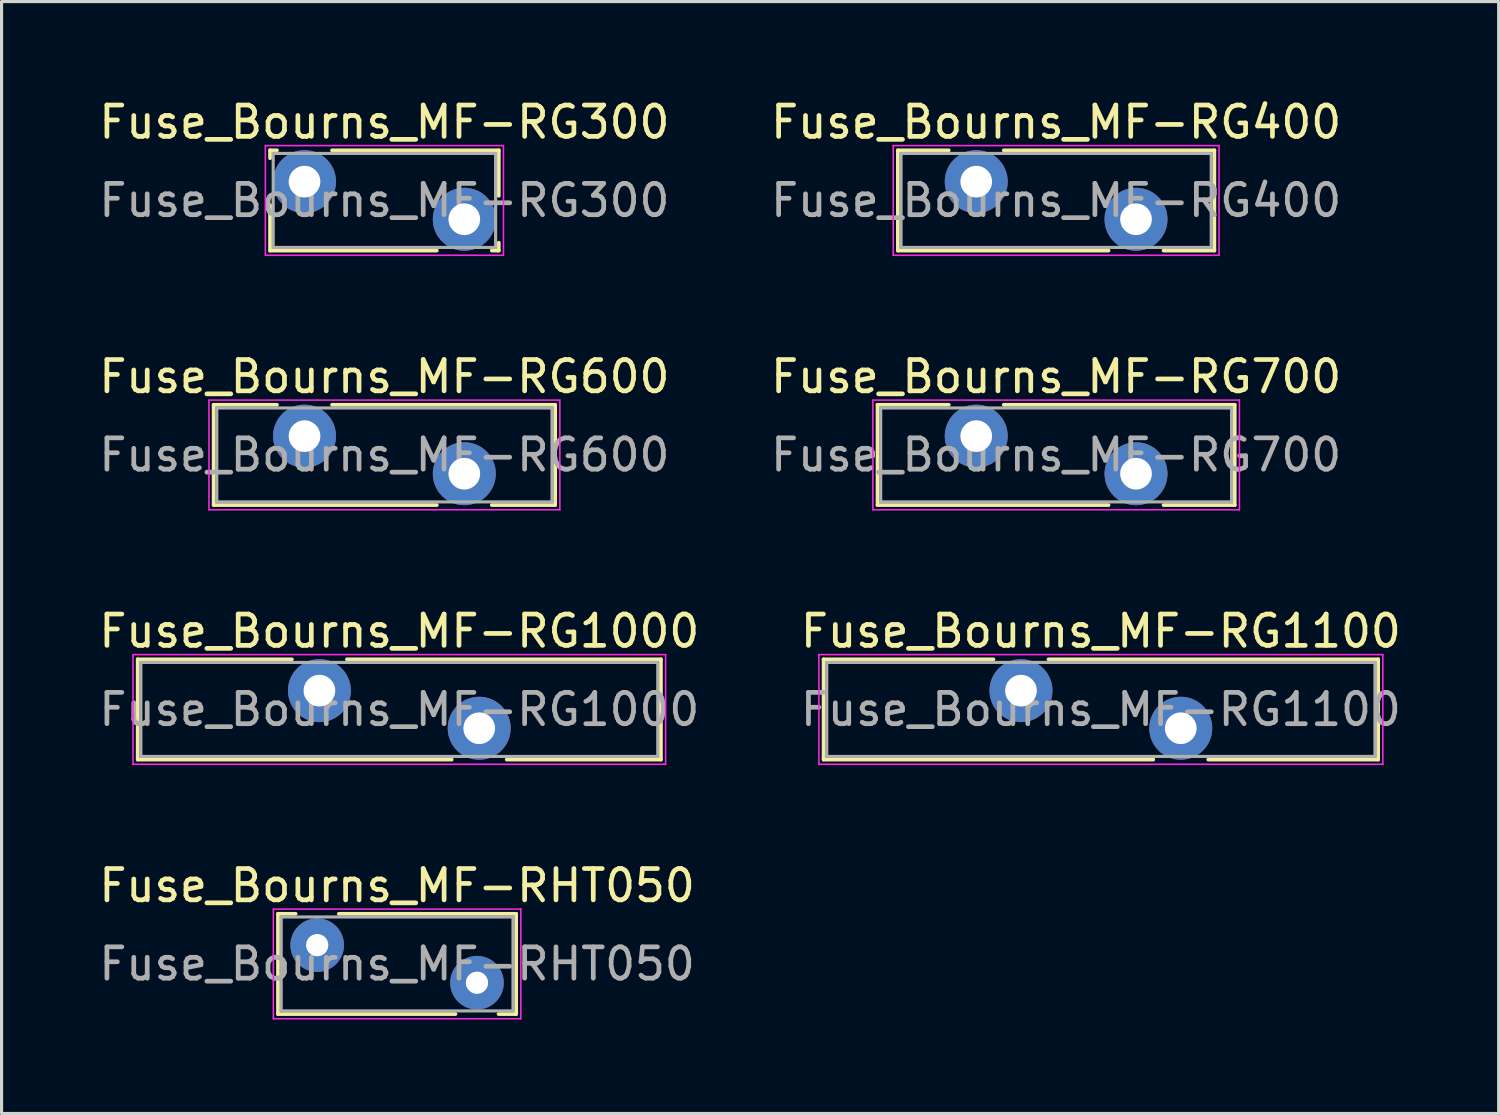
<source format=kicad_pcb>
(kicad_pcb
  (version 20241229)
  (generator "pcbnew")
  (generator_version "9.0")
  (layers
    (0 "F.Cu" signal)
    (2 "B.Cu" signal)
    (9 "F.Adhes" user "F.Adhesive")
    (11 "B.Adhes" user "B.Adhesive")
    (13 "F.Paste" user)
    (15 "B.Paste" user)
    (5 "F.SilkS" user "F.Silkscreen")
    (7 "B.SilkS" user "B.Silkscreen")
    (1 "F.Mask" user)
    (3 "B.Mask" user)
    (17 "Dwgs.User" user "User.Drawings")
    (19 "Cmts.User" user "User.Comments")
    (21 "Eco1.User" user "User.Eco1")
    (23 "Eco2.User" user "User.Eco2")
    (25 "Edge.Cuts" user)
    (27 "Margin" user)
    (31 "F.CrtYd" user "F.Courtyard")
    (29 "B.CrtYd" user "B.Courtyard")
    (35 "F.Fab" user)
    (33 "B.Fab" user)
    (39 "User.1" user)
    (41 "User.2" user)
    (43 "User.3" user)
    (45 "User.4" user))
  (footprint "Fuse_Bourns_MF-RG400"
    (layer "F.Cu")
    (at 28.111 2.748)
    (property "Reference" "Fuse_Bourns_MF-RG400" (at 2.55 -1.9 0) (layer "F.SilkS") (effects (font (size 1 1) (thickness 0.15))))
    (attr through_hole)
    (fp_line (start -2.501 -1) (end -2.501 2.2) (stroke (width 0.12) (type solid)) (layer "F.SilkS"))
    (fp_line (start -2.501 -1) (end -0.879 -1) (stroke (width 0.12) (type solid)) (layer "F.SilkS"))
    (fp_line (start -2.501 2.2) (end 4.222 2.2) (stroke (width 0.12) (type solid)) (layer "F.SilkS"))
    (fp_line (start 0.879 -1) (end 7.6 -1) (stroke (width 0.12) (type solid)) (layer "F.SilkS"))
    (fp_line (start 5.979 2.2) (end 7.6 2.2) (stroke (width 0.12) (type solid)) (layer "F.SilkS"))
    (fp_line (start 7.6 -1) (end 7.6 2.2) (stroke (width 0.12) (type solid)) (layer "F.SilkS"))
    (fp_line (start -2.65 -1.15) (end -2.65 2.35) (stroke (width 0.05) (type solid)) (layer "F.CrtYd"))
    (fp_line (start -2.65 2.35) (end 7.75 2.35) (stroke (width 0.05) (type solid)) (layer "F.CrtYd"))
    (fp_line (start 7.75 -1.15) (end -2.65 -1.15) (stroke (width 0.05) (type solid)) (layer "F.CrtYd"))
    (fp_line (start 7.75 2.35) (end 7.75 -1.15) (stroke (width 0.05) (type solid)) (layer "F.CrtYd"))
    (fp_line (start -2.4 -0.9) (end -2.4 2.1) (stroke (width 0.1) (type solid)) (layer "F.Fab"))
    (fp_line (start -2.4 2.1) (end 7.5 2.1) (stroke (width 0.1) (type solid)) (layer "F.Fab"))
    (fp_line (start 7.5 -0.9) (end -2.4 -0.9) (stroke (width 0.1) (type solid)) (layer "F.Fab"))
    (fp_line (start 7.5 2.1) (end 7.5 -0.9) (stroke (width 0.1) (type solid)) (layer "F.Fab"))
    (fp_text user "${REFERENCE}" (at 2.55 0.6 0) (layer "F.Fab") (effects (font (size 1 1) (thickness 0.15))))
    (pad "1" thru_hole circle (at 0 0) (size 2.01 2.01) (drill 1.01) (layers "*.Cu" "*.Mask"))
    (pad "2" thru_hole circle (at 5.1 1.2) (size 2.01 2.01) (drill 1.01) (layers "*.Cu" "*.Mask")))
  (footprint "Fuse_Bourns_MF-RG700"
    (layer "F.Cu")
    (at 28.111 10.871)
    (property "Reference" "Fuse_Bourns_MF-RG700" (at 2.55 -1.9 0) (layer "F.SilkS") (effects (font (size 1 1) (thickness 0.15))))
    (attr through_hole)
    (fp_line (start -3.15 -1) (end -3.15 2.2) (stroke (width 0.12) (type solid)) (layer "F.SilkS"))
    (fp_line (start -3.15 -1) (end -0.879 -1) (stroke (width 0.12) (type solid)) (layer "F.SilkS"))
    (fp_line (start -3.15 2.2) (end 4.222 2.2) (stroke (width 0.12) (type solid)) (layer "F.SilkS"))
    (fp_line (start 0.879 -1) (end 8.25 -1) (stroke (width 0.12) (type solid)) (layer "F.SilkS"))
    (fp_line (start 5.979 2.2) (end 8.25 2.2) (stroke (width 0.12) (type solid)) (layer "F.SilkS"))
    (fp_line (start 8.25 -1) (end 8.25 2.2) (stroke (width 0.12) (type solid)) (layer "F.SilkS"))
    (fp_line (start -3.3 -1.15) (end -3.3 2.35) (stroke (width 0.05) (type solid)) (layer "F.CrtYd"))
    (fp_line (start -3.3 2.35) (end 8.4 2.35) (stroke (width 0.05) (type solid)) (layer "F.CrtYd"))
    (fp_line (start 8.4 -1.15) (end -3.3 -1.15) (stroke (width 0.05) (type solid)) (layer "F.CrtYd"))
    (fp_line (start 8.4 2.35) (end 8.4 -1.15) (stroke (width 0.05) (type solid)) (layer "F.CrtYd"))
    (fp_line (start -3.05 -0.9) (end -3.05 2.1) (stroke (width 0.1) (type solid)) (layer "F.Fab"))
    (fp_line (start -3.05 2.1) (end 8.15 2.1) (stroke (width 0.1) (type solid)) (layer "F.Fab"))
    (fp_line (start 8.15 -0.9) (end -3.05 -0.9) (stroke (width 0.1) (type solid)) (layer "F.Fab"))
    (fp_line (start 8.15 2.1) (end 8.15 -0.9) (stroke (width 0.1) (type solid)) (layer "F.Fab"))
    (fp_text user "${REFERENCE}" (at 2.55 0.6 0) (layer "F.Fab") (effects (font (size 1 1) (thickness 0.15))))
    (pad "1" thru_hole circle (at 0 0) (size 2.01 2.01) (drill 1.01) (layers "*.Cu" "*.Mask"))
    (pad "2" thru_hole circle (at 5.1 1.2) (size 2.01 2.01) (drill 1.01) (layers "*.Cu" "*.Mask")))
  (footprint "Fuse_Bourns_MF-RHT050"
    (layer "F.Cu")
    (at 7.075 27.118)
    (property "Reference" "Fuse_Bourns_MF-RHT050" (at 2.55 -1.9 0) (layer "F.SilkS") (effects (font (size 1 1) (thickness 0.15))))
    (attr through_hole)
    (fp_line (start -1.251 -1) (end -1.251 2.2) (stroke (width 0.12) (type solid)) (layer "F.SilkS"))
    (fp_line (start -1.251 -1) (end -0.689 -1) (stroke (width 0.12) (type solid)) (layer "F.SilkS"))
    (fp_line (start -1.251 2.2) (end 4.412 2.2) (stroke (width 0.12) (type solid)) (layer "F.SilkS"))
    (fp_line (start 0.689 -1) (end 6.35 -1) (stroke (width 0.12) (type solid)) (layer "F.SilkS"))
    (fp_line (start 5.789 2.2) (end 6.35 2.2) (stroke (width 0.12) (type solid)) (layer "F.SilkS"))
    (fp_line (start 6.35 -1) (end 6.35 2.2) (stroke (width 0.12) (type solid)) (layer "F.SilkS"))
    (fp_line (start -1.4 -1.15) (end -1.4 2.35) (stroke (width 0.05) (type solid)) (layer "F.CrtYd"))
    (fp_line (start -1.4 2.35) (end 6.5 2.35) (stroke (width 0.05) (type solid)) (layer "F.CrtYd"))
    (fp_line (start 6.5 -1.15) (end -1.4 -1.15) (stroke (width 0.05) (type solid)) (layer "F.CrtYd"))
    (fp_line (start 6.5 2.35) (end 6.5 -1.15) (stroke (width 0.05) (type solid)) (layer "F.CrtYd"))
    (fp_line (start -1.15 -0.9) (end -1.15 2.1) (stroke (width 0.1) (type solid)) (layer "F.Fab"))
    (fp_line (start -1.15 2.1) (end 6.25 2.1) (stroke (width 0.1) (type solid)) (layer "F.Fab"))
    (fp_line (start 6.25 -0.9) (end -1.15 -0.9) (stroke (width 0.1) (type solid)) (layer "F.Fab"))
    (fp_line (start 6.25 2.1) (end 6.25 -0.9) (stroke (width 0.1) (type solid)) (layer "F.Fab"))
    (fp_text user "${REFERENCE}" (at 2.55 0.6 0) (layer "F.Fab") (effects (font (size 1 1) (thickness 0.15))))
    (pad "1" thru_hole circle (at 0 0) (size 1.71 1.71) (drill 0.71) (layers "*.Cu" "*.Mask"))
    (pad "2" thru_hole circle (at 5.1 1.2) (size 1.71 1.71) (drill 0.71) (layers "*.Cu" "*.Mask")))
  (footprint "Fuse_Bourns_MF-RG1100"
    (layer "F.Cu")
    (at 29.539 18.995)
    (property "Reference" "Fuse_Bourns_MF-RG1100" (at 2.55 -1.9 0) (layer "F.SilkS") (effects (font (size 1 1) (thickness 0.15))))
    (attr through_hole)
    (fp_line (start -6.3 -1) (end -6.3 2.2) (stroke (width 0.12) (type solid)) (layer "F.SilkS"))
    (fp_line (start -6.3 -1) (end -0.879 -1) (stroke (width 0.12) (type solid)) (layer "F.SilkS"))
    (fp_line (start -6.3 2.2) (end 4.222 2.2) (stroke (width 0.12) (type solid)) (layer "F.SilkS"))
    (fp_line (start 0.879 -1) (end 11.4 -1) (stroke (width 0.12) (type solid)) (layer "F.SilkS"))
    (fp_line (start 5.979 2.2) (end 11.4 2.2) (stroke (width 0.12) (type solid)) (layer "F.SilkS"))
    (fp_line (start 11.4 -1) (end 11.4 2.2) (stroke (width 0.12) (type solid)) (layer "F.SilkS"))
    (fp_line (start -6.45 -1.15) (end -6.45 2.35) (stroke (width 0.05) (type solid)) (layer "F.CrtYd"))
    (fp_line (start -6.45 2.35) (end 11.55 2.35) (stroke (width 0.05) (type solid)) (layer "F.CrtYd"))
    (fp_line (start 11.55 -1.15) (end -6.45 -1.15) (stroke (width 0.05) (type solid)) (layer "F.CrtYd"))
    (fp_line (start 11.55 2.35) (end 11.55 -1.15) (stroke (width 0.05) (type solid)) (layer "F.CrtYd"))
    (fp_line (start -6.2 -0.9) (end -6.2 2.1) (stroke (width 0.1) (type solid)) (layer "F.Fab"))
    (fp_line (start -6.2 2.1) (end 11.3 2.1) (stroke (width 0.1) (type solid)) (layer "F.Fab"))
    (fp_line (start 11.3 -0.9) (end -6.2 -0.9) (stroke (width 0.1) (type solid)) (layer "F.Fab"))
    (fp_line (start 11.3 2.1) (end 11.3 -0.9) (stroke (width 0.1) (type solid)) (layer "F.Fab"))
    (fp_text user "${REFERENCE}" (at 2.55 0.6 0) (layer "F.Fab") (effects (font (size 1 1) (thickness 0.15))))
    (pad "1" thru_hole circle (at 0 0) (size 2.01 2.01) (drill 1.01) (layers "*.Cu" "*.Mask"))
    (pad "2" thru_hole circle (at 5.1 1.2) (size 2.01 2.01) (drill 1.01) (layers "*.Cu" "*.Mask")))
  (footprint "Fuse_Bourns_MF-RG300"
    (layer "F.Cu")
    (at 6.67 2.748)
    (property "Reference" "Fuse_Bourns_MF-RG300" (at 2.55 -1.9 0) (layer "F.SilkS") (effects (font (size 1 1) (thickness 0.15))))
    (attr through_hole)
    (fp_line (start -1.1 -1) (end -1.1 -0.75) (stroke (width 0.12) (type solid)) (layer "F.SilkS"))
    (fp_line (start -1.1 -1) (end -0.879 -1) (stroke (width 0.12) (type solid)) (layer "F.SilkS"))
    (fp_line (start -1.1 0.75) (end -1.1 2.2) (stroke (width 0.12) (type solid)) (layer "F.SilkS"))
    (fp_line (start -1.1 2.2) (end 4.222 2.2) (stroke (width 0.12) (type solid)) (layer "F.SilkS"))
    (fp_line (start 0.879 -1) (end 6.2 -1) (stroke (width 0.12) (type solid)) (layer "F.SilkS"))
    (fp_line (start 5.979 2.2) (end 6.2 2.2) (stroke (width 0.12) (type solid)) (layer "F.SilkS"))
    (fp_line (start 6.2 -1) (end 6.2 0.451) (stroke (width 0.12) (type solid)) (layer "F.SilkS"))
    (fp_line (start 6.2 1.95) (end 6.2 2.2) (stroke (width 0.12) (type solid)) (layer "F.SilkS"))
    (fp_line (start -1.25 -1.15) (end -1.25 2.35) (stroke (width 0.05) (type solid)) (layer "F.CrtYd"))
    (fp_line (start -1.25 2.35) (end 6.35 2.35) (stroke (width 0.05) (type solid)) (layer "F.CrtYd"))
    (fp_line (start 6.35 -1.15) (end -1.25 -1.15) (stroke (width 0.05) (type solid)) (layer "F.CrtYd"))
    (fp_line (start 6.35 2.35) (end 6.35 -1.15) (stroke (width 0.05) (type solid)) (layer "F.CrtYd"))
    (fp_line (start -1 -0.9) (end -1 2.1) (stroke (width 0.1) (type solid)) (layer "F.Fab"))
    (fp_line (start -1 2.1) (end 6.1 2.1) (stroke (width 0.1) (type solid)) (layer "F.Fab"))
    (fp_line (start 6.1 -0.9) (end -1 -0.9) (stroke (width 0.1) (type solid)) (layer "F.Fab"))
    (fp_line (start 6.1 2.1) (end 6.1 -0.9) (stroke (width 0.1) (type solid)) (layer "F.Fab"))
    (fp_text user "${REFERENCE}" (at 2.55 0.6 0) (layer "F.Fab") (effects (font (size 1 1) (thickness 0.15))))
    (pad "1" thru_hole circle (at 0 0) (size 2.01 2.01) (drill 1.01) (layers "*.Cu" "*.Mask"))
    (pad "2" thru_hole circle (at 5.1 1.2) (size 2.01 2.01) (drill 1.01) (layers "*.Cu" "*.Mask")))
  (footprint "Fuse_Bourns_MF-RG600"
    (layer "F.Cu")
    (at 6.67 10.871)
    (property "Reference" "Fuse_Bourns_MF-RG600" (at 2.55 -1.9 0) (layer "F.SilkS") (effects (font (size 1 1) (thickness 0.15))))
    (attr through_hole)
    (fp_line (start -2.9 -1) (end -2.9 2.2) (stroke (width 0.12) (type solid)) (layer "F.SilkS"))
    (fp_line (start -2.9 -1) (end -0.879 -1) (stroke (width 0.12) (type solid)) (layer "F.SilkS"))
    (fp_line (start -2.9 2.2) (end 4.222 2.2) (stroke (width 0.12) (type solid)) (layer "F.SilkS"))
    (fp_line (start 0.879 -1) (end 8 -1) (stroke (width 0.12) (type solid)) (layer "F.SilkS"))
    (fp_line (start 5.979 2.2) (end 8 2.2) (stroke (width 0.12) (type solid)) (layer "F.SilkS"))
    (fp_line (start 8 -1) (end 8 2.2) (stroke (width 0.12) (type solid)) (layer "F.SilkS"))
    (fp_line (start -3.05 -1.15) (end -3.05 2.35) (stroke (width 0.05) (type solid)) (layer "F.CrtYd"))
    (fp_line (start -3.05 2.35) (end 8.15 2.35) (stroke (width 0.05) (type solid)) (layer "F.CrtYd"))
    (fp_line (start 8.15 -1.15) (end -3.05 -1.15) (stroke (width 0.05) (type solid)) (layer "F.CrtYd"))
    (fp_line (start 8.15 2.35) (end 8.15 -1.15) (stroke (width 0.05) (type solid)) (layer "F.CrtYd"))
    (fp_line (start -2.8 -0.9) (end -2.8 2.1) (stroke (width 0.1) (type solid)) (layer "F.Fab"))
    (fp_line (start -2.8 2.1) (end 7.9 2.1) (stroke (width 0.1) (type solid)) (layer "F.Fab"))
    (fp_line (start 7.9 -0.9) (end -2.8 -0.9) (stroke (width 0.1) (type solid)) (layer "F.Fab"))
    (fp_line (start 7.9 2.1) (end 7.9 -0.9) (stroke (width 0.1) (type solid)) (layer "F.Fab"))
    (fp_text user "${REFERENCE}" (at 2.55 0.6 0) (layer "F.Fab") (effects (font (size 1 1) (thickness 0.15))))
    (pad "1" thru_hole circle (at 0 0) (size 2.01 2.01) (drill 1.01) (layers "*.Cu" "*.Mask"))
    (pad "2" thru_hole circle (at 5.1 1.2) (size 2.01 2.01) (drill 1.01) (layers "*.Cu" "*.Mask")))
  (footprint "Fuse_Bourns_MF-RG1000"
    (layer "F.Cu")
    (at 7.146 18.995)
    (property "Reference" "Fuse_Bourns_MF-RG1000" (at 2.55 -1.9 0) (layer "F.SilkS") (effects (font (size 1 1) (thickness 0.15))))
    (attr through_hole)
    (fp_line (start -5.8 -1) (end -5.8 2.2) (stroke (width 0.12) (type solid)) (layer "F.SilkS"))
    (fp_line (start -5.8 -1) (end -0.879 -1) (stroke (width 0.12) (type solid)) (layer "F.SilkS"))
    (fp_line (start -5.8 2.2) (end 4.222 2.2) (stroke (width 0.12) (type solid)) (layer "F.SilkS"))
    (fp_line (start 0.879 -1) (end 10.9 -1) (stroke (width 0.12) (type solid)) (layer "F.SilkS"))
    (fp_line (start 5.979 2.2) (end 10.9 2.2) (stroke (width 0.12) (type solid)) (layer "F.SilkS"))
    (fp_line (start 10.9 -1) (end 10.9 2.2) (stroke (width 0.12) (type solid)) (layer "F.SilkS"))
    (fp_line (start -5.95 -1.15) (end -5.95 2.35) (stroke (width 0.05) (type solid)) (layer "F.CrtYd"))
    (fp_line (start -5.95 2.35) (end 11.05 2.35) (stroke (width 0.05) (type solid)) (layer "F.CrtYd"))
    (fp_line (start 11.05 -1.15) (end -5.95 -1.15) (stroke (width 0.05) (type solid)) (layer "F.CrtYd"))
    (fp_line (start 11.05 2.35) (end 11.05 -1.15) (stroke (width 0.05) (type solid)) (layer "F.CrtYd"))
    (fp_line (start -5.7 -0.9) (end -5.7 2.1) (stroke (width 0.1) (type solid)) (layer "F.Fab"))
    (fp_line (start -5.7 2.1) (end 10.8 2.1) (stroke (width 0.1) (type solid)) (layer "F.Fab"))
    (fp_line (start 10.8 -0.9) (end -5.7 -0.9) (stroke (width 0.1) (type solid)) (layer "F.Fab"))
    (fp_line (start 10.8 2.1) (end 10.8 -0.9) (stroke (width 0.1) (type solid)) (layer "F.Fab"))
    (fp_text user "${REFERENCE}" (at 2.55 0.6 0) (layer "F.Fab") (effects (font (size 1 1) (thickness 0.15))))
    (pad "1" thru_hole circle (at 0 0) (size 2.01 2.01) (drill 1.01) (layers "*.Cu" "*.Mask"))
    (pad "2" thru_hole circle (at 5.1 1.2) (size 2.01 2.01) (drill 1.01) (layers "*.Cu" "*.Mask")))
  (gr_rect
    (start -3 -3)
    (end 44.786 32.493)
    (stroke (width 0.1) (type default))
    (fill no)
    (layer "Edge.Cuts")))
</source>
